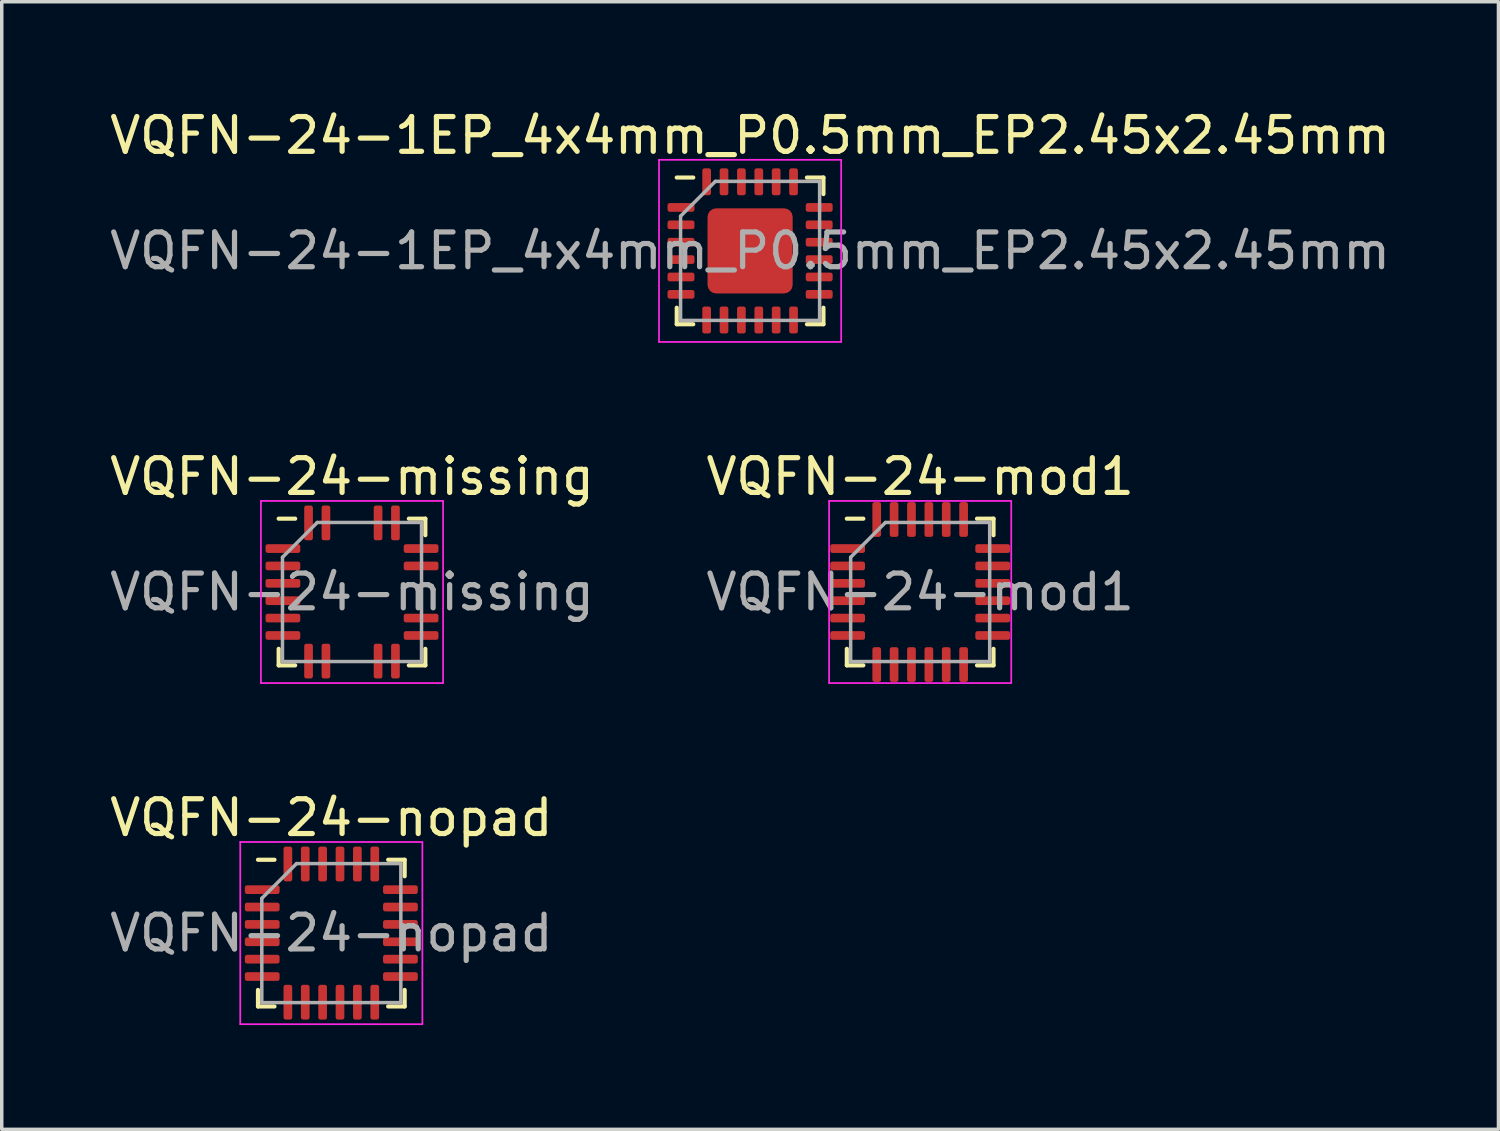
<source format=kicad_pcb>
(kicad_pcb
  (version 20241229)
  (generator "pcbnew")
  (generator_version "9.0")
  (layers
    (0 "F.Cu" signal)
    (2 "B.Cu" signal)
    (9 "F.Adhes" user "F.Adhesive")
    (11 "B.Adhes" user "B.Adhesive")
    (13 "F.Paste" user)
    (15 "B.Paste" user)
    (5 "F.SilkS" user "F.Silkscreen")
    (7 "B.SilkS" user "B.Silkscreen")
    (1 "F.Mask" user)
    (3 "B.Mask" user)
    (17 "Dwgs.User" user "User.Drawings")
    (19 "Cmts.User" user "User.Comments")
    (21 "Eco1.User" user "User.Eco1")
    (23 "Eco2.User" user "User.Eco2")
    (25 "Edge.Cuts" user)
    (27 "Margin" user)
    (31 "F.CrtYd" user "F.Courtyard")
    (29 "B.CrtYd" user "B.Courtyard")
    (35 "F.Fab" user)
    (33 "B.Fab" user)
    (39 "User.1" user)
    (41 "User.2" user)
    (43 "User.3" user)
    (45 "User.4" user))
  (footprint "VQFN-24-mod1"
    (layer "F.Cu")
    (at 23.423 13.982)
    (property "Reference" "VQFN-24-mod1" (at 0 -3.32 0) (layer "F.SilkS") (effects (font (size 1 1) (thickness 0.15))))
    (attr smd)
    (fp_line (start -2.11 2.11) (end -2.11 1.635) (stroke (width 0.12) (type solid)) (layer "F.SilkS"))
    (fp_line (start -1.635 -2.11) (end -2.11 -2.11) (stroke (width 0.12) (type solid)) (layer "F.SilkS"))
    (fp_line (start -1.635 2.11) (end -2.11 2.11) (stroke (width 0.12) (type solid)) (layer "F.SilkS"))
    (fp_line (start 1.635 -2.11) (end 2.11 -2.11) (stroke (width 0.12) (type solid)) (layer "F.SilkS"))
    (fp_line (start 1.635 2.11) (end 2.11 2.11) (stroke (width 0.12) (type solid)) (layer "F.SilkS"))
    (fp_line (start 2.11 -2.11) (end 2.11 -1.635) (stroke (width 0.12) (type solid)) (layer "F.SilkS"))
    (fp_line (start 2.11 2.11) (end 2.11 1.635) (stroke (width 0.12) (type solid)) (layer "F.SilkS"))
    (fp_line (start -2.62 -2.62) (end -2.62 2.62) (stroke (width 0.05) (type solid)) (layer "F.CrtYd"))
    (fp_line (start -2.62 2.62) (end 2.62 2.62) (stroke (width 0.05) (type solid)) (layer "F.CrtYd"))
    (fp_line (start 2.62 -2.62) (end -2.62 -2.62) (stroke (width 0.05) (type solid)) (layer "F.CrtYd"))
    (fp_line (start 2.62 2.62) (end 2.62 -2.62) (stroke (width 0.05) (type solid)) (layer "F.CrtYd"))
    (fp_line (start -2 -1) (end -1 -2) (stroke (width 0.1) (type solid)) (layer "F.Fab"))
    (fp_line (start -2 2) (end -2 -1) (stroke (width 0.1) (type solid)) (layer "F.Fab"))
    (fp_line (start -1 -2) (end 2 -2) (stroke (width 0.1) (type solid)) (layer "F.Fab"))
    (fp_line (start 2 -2) (end 2 2) (stroke (width 0.1) (type solid)) (layer "F.Fab"))
    (fp_line (start 2 2) (end -2 2) (stroke (width 0.1) (type solid)) (layer "F.Fab"))
    (fp_text user "${REFERENCE}" (at 0 0 0) (layer "F.Fab") (effects (font (size 1 1) (thickness 0.15))))
    (pad "1" smd roundrect (at -2.087 -1.25) (size 1 0.25) (layers "F.Cu" "F.Mask" "F.Paste") (roundrect_rratio 0.25))
    (pad "2" smd roundrect (at -2.087 -0.75) (size 1 0.25) (layers "F.Cu" "F.Mask" "F.Paste") (roundrect_rratio 0.25))
    (pad "3" smd roundrect (at -2.087 -0.25) (size 1 0.25) (layers "F.Cu" "F.Mask" "F.Paste") (roundrect_rratio 0.25))
    (pad "4" smd roundrect (at -2.087 0.25) (size 1 0.25) (layers "F.Cu" "F.Mask" "F.Paste") (roundrect_rratio 0.25))
    (pad "5" smd roundrect (at -2.087 0.75) (size 1 0.25) (layers "F.Cu" "F.Mask" "F.Paste") (roundrect_rratio 0.25))
    (pad "6" smd roundrect (at -2.087 1.25) (size 1 0.25) (layers "F.Cu" "F.Mask" "F.Paste") (roundrect_rratio 0.25))
    (pad "7" smd roundrect (at -1.25 2.087) (size 0.25 1) (layers "F.Cu" "F.Mask" "F.Paste") (roundrect_rratio 0.25))
    (pad "8" smd roundrect (at -0.75 2.087) (size 0.25 1) (layers "F.Cu" "F.Mask" "F.Paste") (roundrect_rratio 0.25))
    (pad "9" smd roundrect (at -0.25 2.087) (size 0.25 1) (layers "F.Cu" "F.Mask" "F.Paste") (roundrect_rratio 0.25))
    (pad "10" smd roundrect (at 0.25 2.087) (size 0.25 1) (layers "F.Cu" "F.Mask" "F.Paste") (roundrect_rratio 0.25))
    (pad "11" smd roundrect (at 0.75 2.087) (size 0.25 1) (layers "F.Cu" "F.Mask" "F.Paste") (roundrect_rratio 0.25))
    (pad "12" smd roundrect (at 1.25 2.087) (size 0.25 1) (layers "F.Cu" "F.Mask" "F.Paste") (roundrect_rratio 0.25))
    (pad "13" smd roundrect (at 2.087 1.25) (size 1 0.25) (layers "F.Cu" "F.Mask" "F.Paste") (roundrect_rratio 0.25))
    (pad "14" smd roundrect (at 2.087 0.75) (size 1 0.25) (layers "F.Cu" "F.Mask" "F.Paste") (roundrect_rratio 0.25))
    (pad "15" smd roundrect (at 2.087 0.25) (size 1 0.25) (layers "F.Cu" "F.Mask" "F.Paste") (roundrect_rratio 0.25))
    (pad "16" smd roundrect (at 2.087 -0.25) (size 1 0.25) (layers "F.Cu" "F.Mask" "F.Paste") (roundrect_rratio 0.25))
    (pad "17" smd roundrect (at 2.087 -0.75) (size 1 0.25) (layers "F.Cu" "F.Mask" "F.Paste") (roundrect_rratio 0.25))
    (pad "18" smd roundrect (at 2.087 -1.25) (size 1 0.25) (layers "F.Cu" "F.Mask" "F.Paste") (roundrect_rratio 0.25))
    (pad "19" smd roundrect (at 1.25 -2.087) (size 0.25 1) (layers "F.Cu" "F.Mask" "F.Paste") (roundrect_rratio 0.25))
    (pad "20" smd roundrect (at 0.75 -2.087) (size 0.25 1) (layers "F.Cu" "F.Mask" "F.Paste") (roundrect_rratio 0.25))
    (pad "21" smd roundrect (at 0.25 -2.087) (size 0.25 1) (layers "F.Cu" "F.Mask" "F.Paste") (roundrect_rratio 0.25))
    (pad "22" smd roundrect (at -0.25 -2.087) (size 0.25 1) (layers "F.Cu" "F.Mask" "F.Paste") (roundrect_rratio 0.25))
    (pad "23" smd roundrect (at -0.75 -2.087) (size 0.25 1) (layers "F.Cu" "F.Mask" "F.Paste") (roundrect_rratio 0.25))
    (pad "24" smd roundrect (at -1.25 -2.087) (size 0.25 1) (layers "F.Cu" "F.Mask" "F.Paste") (roundrect_rratio 0.25)))
  (footprint "VQFN-24-nopad"
    (layer "F.Cu")
    (at 6.482 23.795)
    (property "Reference" "VQFN-24-nopad" (at 0 -3.32 0) (layer "F.SilkS") (effects (font (size 1 1) (thickness 0.15))))
    (attr smd)
    (fp_line (start -2.11 2.11) (end -2.11 1.635) (stroke (width 0.12) (type solid)) (layer "F.SilkS"))
    (fp_line (start -1.635 -2.11) (end -2.11 -2.11) (stroke (width 0.12) (type solid)) (layer "F.SilkS"))
    (fp_line (start -1.635 2.11) (end -2.11 2.11) (stroke (width 0.12) (type solid)) (layer "F.SilkS"))
    (fp_line (start 1.635 -2.11) (end 2.11 -2.11) (stroke (width 0.12) (type solid)) (layer "F.SilkS"))
    (fp_line (start 1.635 2.11) (end 2.11 2.11) (stroke (width 0.12) (type solid)) (layer "F.SilkS"))
    (fp_line (start 2.11 -2.11) (end 2.11 -1.635) (stroke (width 0.12) (type solid)) (layer "F.SilkS"))
    (fp_line (start 2.11 2.11) (end 2.11 1.635) (stroke (width 0.12) (type solid)) (layer "F.SilkS"))
    (fp_line (start -2.62 -2.62) (end -2.62 2.62) (stroke (width 0.05) (type solid)) (layer "F.CrtYd"))
    (fp_line (start -2.62 2.62) (end 2.62 2.62) (stroke (width 0.05) (type solid)) (layer "F.CrtYd"))
    (fp_line (start 2.62 -2.62) (end -2.62 -2.62) (stroke (width 0.05) (type solid)) (layer "F.CrtYd"))
    (fp_line (start 2.62 2.62) (end 2.62 -2.62) (stroke (width 0.05) (type solid)) (layer "F.CrtYd"))
    (fp_line (start -2 -1) (end -1 -2) (stroke (width 0.1) (type solid)) (layer "F.Fab"))
    (fp_line (start -2 2) (end -2 -1) (stroke (width 0.1) (type solid)) (layer "F.Fab"))
    (fp_line (start -1 -2) (end 2 -2) (stroke (width 0.1) (type solid)) (layer "F.Fab"))
    (fp_line (start 2 -2) (end 2 2) (stroke (width 0.1) (type solid)) (layer "F.Fab"))
    (fp_line (start 2 2) (end -2 2) (stroke (width 0.1) (type solid)) (layer "F.Fab"))
    (fp_text user "${REFERENCE}" (at 0 0 0) (layer "F.Fab") (effects (font (size 1 1) (thickness 0.15))))
    (pad "1" smd roundrect (at -1.988 -1.25) (size 1 0.25) (layers "F.Cu" "F.Mask" "F.Paste") (roundrect_rratio 0.25))
    (pad "2" smd roundrect (at -1.988 -0.75) (size 1 0.25) (layers "F.Cu" "F.Mask" "F.Paste") (roundrect_rratio 0.25))
    (pad "3" smd roundrect (at -1.988 -0.25) (size 1 0.25) (layers "F.Cu" "F.Mask" "F.Paste") (roundrect_rratio 0.25))
    (pad "4" smd roundrect (at -1.988 0.25) (size 1 0.25) (layers "F.Cu" "F.Mask" "F.Paste") (roundrect_rratio 0.25))
    (pad "5" smd roundrect (at -1.988 0.75) (size 1 0.25) (layers "F.Cu" "F.Mask" "F.Paste") (roundrect_rratio 0.25))
    (pad "6" smd roundrect (at -1.988 1.25) (size 1 0.25) (layers "F.Cu" "F.Mask" "F.Paste") (roundrect_rratio 0.25))
    (pad "7" smd roundrect (at -1.25 1.988) (size 0.25 1) (layers "F.Cu" "F.Mask" "F.Paste") (roundrect_rratio 0.25))
    (pad "8" smd roundrect (at -0.75 1.988) (size 0.25 1) (layers "F.Cu" "F.Mask" "F.Paste") (roundrect_rratio 0.25))
    (pad "9" smd roundrect (at -0.25 1.988) (size 0.25 1) (layers "F.Cu" "F.Mask" "F.Paste") (roundrect_rratio 0.25))
    (pad "10" smd roundrect (at 0.25 1.988) (size 0.25 1) (layers "F.Cu" "F.Mask" "F.Paste") (roundrect_rratio 0.25))
    (pad "11" smd roundrect (at 0.75 1.988) (size 0.25 1) (layers "F.Cu" "F.Mask" "F.Paste") (roundrect_rratio 0.25))
    (pad "12" smd roundrect (at 1.25 1.988) (size 0.25 1) (layers "F.Cu" "F.Mask" "F.Paste") (roundrect_rratio 0.25))
    (pad "13" smd roundrect (at 1.988 1.25) (size 1 0.25) (layers "F.Cu" "F.Mask" "F.Paste") (roundrect_rratio 0.25))
    (pad "14" smd roundrect (at 1.988 0.75) (size 1 0.25) (layers "F.Cu" "F.Mask" "F.Paste") (roundrect_rratio 0.25))
    (pad "15" smd roundrect (at 1.988 0.25) (size 1 0.25) (layers "F.Cu" "F.Mask" "F.Paste") (roundrect_rratio 0.25))
    (pad "16" smd roundrect (at 1.988 -0.25) (size 1 0.25) (layers "F.Cu" "F.Mask" "F.Paste") (roundrect_rratio 0.25))
    (pad "17" smd roundrect (at 1.988 -0.75) (size 1 0.25) (layers "F.Cu" "F.Mask" "F.Paste") (roundrect_rratio 0.25))
    (pad "18" smd roundrect (at 1.988 -1.25) (size 1 0.25) (layers "F.Cu" "F.Mask" "F.Paste") (roundrect_rratio 0.25))
    (pad "19" smd roundrect (at 1.25 -1.988) (size 0.25 1) (layers "F.Cu" "F.Mask" "F.Paste") (roundrect_rratio 0.25))
    (pad "20" smd roundrect (at 0.75 -1.988) (size 0.25 1) (layers "F.Cu" "F.Mask" "F.Paste") (roundrect_rratio 0.25))
    (pad "21" smd roundrect (at 0.25 -1.988) (size 0.25 1) (layers "F.Cu" "F.Mask" "F.Paste") (roundrect_rratio 0.25))
    (pad "22" smd roundrect (at -0.25 -1.988) (size 0.25 1) (layers "F.Cu" "F.Mask" "F.Paste") (roundrect_rratio 0.25))
    (pad "23" smd roundrect (at -0.75 -1.988) (size 0.25 1) (layers "F.Cu" "F.Mask" "F.Paste") (roundrect_rratio 0.25))
    (pad "24" smd roundrect (at -1.25 -1.988) (size 0.25 1) (layers "F.Cu" "F.Mask" "F.Paste") (roundrect_rratio 0.25)))
  (footprint "VQFN-24-missing"
    (layer "F.Cu")
    (at 7.077 13.982)
    (property "Reference" "VQFN-24-missing" (at 0 -3.32 0) (layer "F.SilkS") (effects (font (size 1 1) (thickness 0.15))))
    (attr smd)
    (fp_line (start -2.11 2.11) (end -2.11 1.635) (stroke (width 0.12) (type solid)) (layer "F.SilkS"))
    (fp_line (start -1.635 -2.11) (end -2.11 -2.11) (stroke (width 0.12) (type solid)) (layer "F.SilkS"))
    (fp_line (start -1.635 2.11) (end -2.11 2.11) (stroke (width 0.12) (type solid)) (layer "F.SilkS"))
    (fp_line (start 1.635 -2.11) (end 2.11 -2.11) (stroke (width 0.12) (type solid)) (layer "F.SilkS"))
    (fp_line (start 1.635 2.11) (end 2.11 2.11) (stroke (width 0.12) (type solid)) (layer "F.SilkS"))
    (fp_line (start 2.11 -2.11) (end 2.11 -1.635) (stroke (width 0.12) (type solid)) (layer "F.SilkS"))
    (fp_line (start 2.11 2.11) (end 2.11 1.635) (stroke (width 0.12) (type solid)) (layer "F.SilkS"))
    (fp_line (start -2.62 -2.62) (end -2.62 2.62) (stroke (width 0.05) (type solid)) (layer "F.CrtYd"))
    (fp_line (start -2.62 2.62) (end 2.62 2.62) (stroke (width 0.05) (type solid)) (layer "F.CrtYd"))
    (fp_line (start 2.62 -2.62) (end -2.62 -2.62) (stroke (width 0.05) (type solid)) (layer "F.CrtYd"))
    (fp_line (start 2.62 2.62) (end 2.62 -2.62) (stroke (width 0.05) (type solid)) (layer "F.CrtYd"))
    (fp_line (start -2 -1) (end -1 -2) (stroke (width 0.1) (type solid)) (layer "F.Fab"))
    (fp_line (start -2 2) (end -2 -1) (stroke (width 0.1) (type solid)) (layer "F.Fab"))
    (fp_line (start -1 -2) (end 2 -2) (stroke (width 0.1) (type solid)) (layer "F.Fab"))
    (fp_line (start 2 -2) (end 2 2) (stroke (width 0.1) (type solid)) (layer "F.Fab"))
    (fp_line (start 2 2) (end -2 2) (stroke (width 0.1) (type solid)) (layer "F.Fab"))
    (fp_text user "${REFERENCE}" (at 0 0 0) (layer "F.Fab") (effects (font (size 1 1) (thickness 0.15))))
    (pad "1" smd roundrect (at -1.988 -1.25) (size 1 0.25) (layers "F.Cu" "F.Mask" "F.Paste") (roundrect_rratio 0.25))
    (pad "2" smd roundrect (at -1.988 -0.75) (size 1 0.25) (layers "F.Cu" "F.Mask" "F.Paste") (roundrect_rratio 0.25))
    (pad "3" smd roundrect (at -1.988 -0.25) (size 1 0.25) (layers "F.Cu" "F.Mask" "F.Paste") (roundrect_rratio 0.25))
    (pad "4" smd roundrect (at -1.988 0.25) (size 1 0.25) (layers "F.Cu" "F.Mask" "F.Paste") (roundrect_rratio 0.25))
    (pad "5" smd roundrect (at -1.988 0.75) (size 1 0.25) (layers "F.Cu" "F.Mask" "F.Paste") (roundrect_rratio 0.25))
    (pad "6" smd roundrect (at -1.988 1.25) (size 1 0.25) (layers "F.Cu" "F.Mask" "F.Paste") (roundrect_rratio 0.25))
    (pad "7" smd roundrect (at -1.25 1.988) (size 0.25 1) (layers "F.Cu" "F.Mask" "F.Paste") (roundrect_rratio 0.25))
    (pad "8" smd roundrect (at -0.75 1.988) (size 0.25 1) (layers "F.Cu" "F.Mask" "F.Paste") (roundrect_rratio 0.25))
    (pad "11" smd roundrect (at 0.75 1.988) (size 0.25 1) (layers "F.Cu" "F.Mask" "F.Paste") (roundrect_rratio 0.25))
    (pad "12" smd roundrect (at 1.25 1.988) (size 0.25 1) (layers "F.Cu" "F.Mask" "F.Paste") (roundrect_rratio 0.25))
    (pad "13" smd roundrect (at 1.988 1.25) (size 1 0.25) (layers "F.Cu" "F.Mask" "F.Paste") (roundrect_rratio 0.25))
    (pad "14" smd roundrect (at 1.988 0.75) (size 1 0.25) (layers "F.Cu" "F.Mask" "F.Paste") (roundrect_rratio 0.25))
    (pad "17" smd roundrect (at 1.988 -0.75) (size 1 0.25) (layers "F.Cu" "F.Mask" "F.Paste") (roundrect_rratio 0.25))
    (pad "18" smd roundrect (at 1.988 -1.25) (size 1 0.25) (layers "F.Cu" "F.Mask" "F.Paste") (roundrect_rratio 0.25))
    (pad "19" smd roundrect (at 1.25 -1.988) (size 0.25 1) (layers "F.Cu" "F.Mask" "F.Paste") (roundrect_rratio 0.25))
    (pad "20" smd roundrect (at 0.75 -1.988) (size 0.25 1) (layers "F.Cu" "F.Mask" "F.Paste") (roundrect_rratio 0.25))
    (pad "23" smd roundrect (at -0.75 -1.988) (size 0.25 1) (layers "F.Cu" "F.Mask" "F.Paste") (roundrect_rratio 0.25))
    (pad "24" smd roundrect (at -1.25 -1.988) (size 0.25 1) (layers "F.Cu" "F.Mask" "F.Paste") (roundrect_rratio 0.25)))
  (footprint "VQFN-24-1EP_4x4mm_P0.5mm_EP2.45x2.45mm"
    (layer "F.Cu")
    (at 18.53 4.168)
    (property "Reference" "VQFN-24-1EP_4x4mm_P0.5mm_EP2.45x2.45mm" (at 0 -3.32 0) (layer "F.SilkS") (effects (font (size 1 1) (thickness 0.15))))
    (attr smd)
    (fp_line (start -2.11 2.11) (end -2.11 1.635) (stroke (width 0.12) (type solid)) (layer "F.SilkS"))
    (fp_line (start -1.635 -2.11) (end -2.11 -2.11) (stroke (width 0.12) (type solid)) (layer "F.SilkS"))
    (fp_line (start -1.635 2.11) (end -2.11 2.11) (stroke (width 0.12) (type solid)) (layer "F.SilkS"))
    (fp_line (start 1.635 -2.11) (end 2.11 -2.11) (stroke (width 0.12) (type solid)) (layer "F.SilkS"))
    (fp_line (start 1.635 2.11) (end 2.11 2.11) (stroke (width 0.12) (type solid)) (layer "F.SilkS"))
    (fp_line (start 2.11 -2.11) (end 2.11 -1.635) (stroke (width 0.12) (type solid)) (layer "F.SilkS"))
    (fp_line (start 2.11 2.11) (end 2.11 1.635) (stroke (width 0.12) (type solid)) (layer "F.SilkS"))
    (fp_line (start -2.62 -2.62) (end -2.62 2.62) (stroke (width 0.05) (type solid)) (layer "F.CrtYd"))
    (fp_line (start -2.62 2.62) (end 2.62 2.62) (stroke (width 0.05) (type solid)) (layer "F.CrtYd"))
    (fp_line (start 2.62 -2.62) (end -2.62 -2.62) (stroke (width 0.05) (type solid)) (layer "F.CrtYd"))
    (fp_line (start 2.62 2.62) (end 2.62 -2.62) (stroke (width 0.05) (type solid)) (layer "F.CrtYd"))
    (fp_line (start -2 -1) (end -1 -2) (stroke (width 0.1) (type solid)) (layer "F.Fab"))
    (fp_line (start -2 2) (end -2 -1) (stroke (width 0.1) (type solid)) (layer "F.Fab"))
    (fp_line (start -1 -2) (end 2 -2) (stroke (width 0.1) (type solid)) (layer "F.Fab"))
    (fp_line (start 2 -2) (end 2 2) (stroke (width 0.1) (type solid)) (layer "F.Fab"))
    (fp_line (start 2 2) (end -2 2) (stroke (width 0.1) (type solid)) (layer "F.Fab"))
    (fp_text user "${REFERENCE}" (at 0 0 0) (layer "F.Fab") (effects (font (size 1 1) (thickness 0.15))))
    (pad "" smd roundrect (at -0.82 -0.82) (size 0.66 0.66) (layers "F.Paste") (roundrect_rratio 0.25))
    (pad "" smd roundrect (at -0.82 0) (size 0.66 0.66) (layers "F.Paste") (roundrect_rratio 0.25))
    (pad "" smd roundrect (at -0.82 0.82) (size 0.66 0.66) (layers "F.Paste") (roundrect_rratio 0.25))
    (pad "" smd roundrect (at 0 -0.82) (size 0.66 0.66) (layers "F.Paste") (roundrect_rratio 0.25))
    (pad "" smd roundrect (at 0 0) (size 0.66 0.66) (layers "F.Paste") (roundrect_rratio 0.25))
    (pad "" smd roundrect (at 0 0.82) (size 0.66 0.66) (layers "F.Paste") (roundrect_rratio 0.25))
    (pad "" smd roundrect (at 0.82 -0.82) (size 0.66 0.66) (layers "F.Paste") (roundrect_rratio 0.25))
    (pad "" smd roundrect (at 0.82 0) (size 0.66 0.66) (layers "F.Paste") (roundrect_rratio 0.25))
    (pad "" smd roundrect (at 0.82 0.82) (size 0.66 0.66) (layers "F.Paste") (roundrect_rratio 0.25))
    (pad "1" smd roundrect (at -1.988 -1.25) (size 0.775 0.25) (layers "F.Cu" "F.Mask" "F.Paste") (roundrect_rratio 0.25))
    (pad "2" smd roundrect (at -1.988 -0.75) (size 0.775 0.25) (layers "F.Cu" "F.Mask" "F.Paste") (roundrect_rratio 0.25))
    (pad "3" smd roundrect (at -1.988 -0.25) (size 0.775 0.25) (layers "F.Cu" "F.Mask" "F.Paste") (roundrect_rratio 0.25))
    (pad "4" smd roundrect (at -1.988 0.25) (size 0.775 0.25) (layers "F.Cu" "F.Mask" "F.Paste") (roundrect_rratio 0.25))
    (pad "5" smd roundrect (at -1.988 0.75) (size 0.775 0.25) (layers "F.Cu" "F.Mask" "F.Paste") (roundrect_rratio 0.25))
    (pad "6" smd roundrect (at -1.988 1.25) (size 0.775 0.25) (layers "F.Cu" "F.Mask" "F.Paste") (roundrect_rratio 0.25))
    (pad "7" smd roundrect (at -1.25 1.988) (size 0.25 0.775) (layers "F.Cu" "F.Mask" "F.Paste") (roundrect_rratio 0.25))
    (pad "8" smd roundrect (at -0.75 1.988) (size 0.25 0.775) (layers "F.Cu" "F.Mask" "F.Paste") (roundrect_rratio 0.25))
    (pad "9" smd roundrect (at -0.25 1.988) (size 0.25 0.775) (layers "F.Cu" "F.Mask" "F.Paste") (roundrect_rratio 0.25))
    (pad "10" smd roundrect (at 0.25 1.988) (size 0.25 0.775) (layers "F.Cu" "F.Mask" "F.Paste") (roundrect_rratio 0.25))
    (pad "11" smd roundrect (at 0.75 1.988) (size 0.25 0.775) (layers "F.Cu" "F.Mask" "F.Paste") (roundrect_rratio 0.25))
    (pad "12" smd roundrect (at 1.25 1.988) (size 0.25 0.775) (layers "F.Cu" "F.Mask" "F.Paste") (roundrect_rratio 0.25))
    (pad "13" smd roundrect (at 1.988 1.25) (size 0.775 0.25) (layers "F.Cu" "F.Mask" "F.Paste") (roundrect_rratio 0.25))
    (pad "14" smd roundrect (at 1.988 0.75) (size 0.775 0.25) (layers "F.Cu" "F.Mask" "F.Paste") (roundrect_rratio 0.25))
    (pad "15" smd roundrect (at 1.988 0.25) (size 0.775 0.25) (layers "F.Cu" "F.Mask" "F.Paste") (roundrect_rratio 0.25))
    (pad "16" smd roundrect (at 1.988 -0.25) (size 0.775 0.25) (layers "F.Cu" "F.Mask" "F.Paste") (roundrect_rratio 0.25))
    (pad "17" smd roundrect (at 1.988 -0.75) (size 0.775 0.25) (layers "F.Cu" "F.Mask" "F.Paste") (roundrect_rratio 0.25))
    (pad "18" smd roundrect (at 1.988 -1.25) (size 0.775 0.25) (layers "F.Cu" "F.Mask" "F.Paste") (roundrect_rratio 0.25))
    (pad "19" smd roundrect (at 1.25 -1.988) (size 0.25 0.775) (layers "F.Cu" "F.Mask" "F.Paste") (roundrect_rratio 0.25))
    (pad "20" smd roundrect (at 0.75 -1.988) (size 0.25 0.775) (layers "F.Cu" "F.Mask" "F.Paste") (roundrect_rratio 0.25))
    (pad "21" smd roundrect (at 0.25 -1.988) (size 0.25 0.775) (layers "F.Cu" "F.Mask" "F.Paste") (roundrect_rratio 0.25))
    (pad "22" smd roundrect (at -0.25 -1.988) (size 0.25 0.775) (layers "F.Cu" "F.Mask" "F.Paste") (roundrect_rratio 0.25))
    (pad "23" smd roundrect (at -0.75 -1.988) (size 0.25 0.775) (layers "F.Cu" "F.Mask" "F.Paste") (roundrect_rratio 0.25))
    (pad "24" smd roundrect (at -1.25 -1.988) (size 0.25 0.775) (layers "F.Cu" "F.Mask" "F.Paste") (roundrect_rratio 0.25))
    (pad "25" smd roundrect (at 0 0) (size 2.45 2.45) (layers "F.Cu" "F.Mask") (roundrect_rratio 0.102)))
  (gr_rect
    (start -3 -3)
    (end 40.06 29.44)
    (stroke (width 0.1) (type default))
    (fill no)
    (layer "Edge.Cuts")))
</source>
